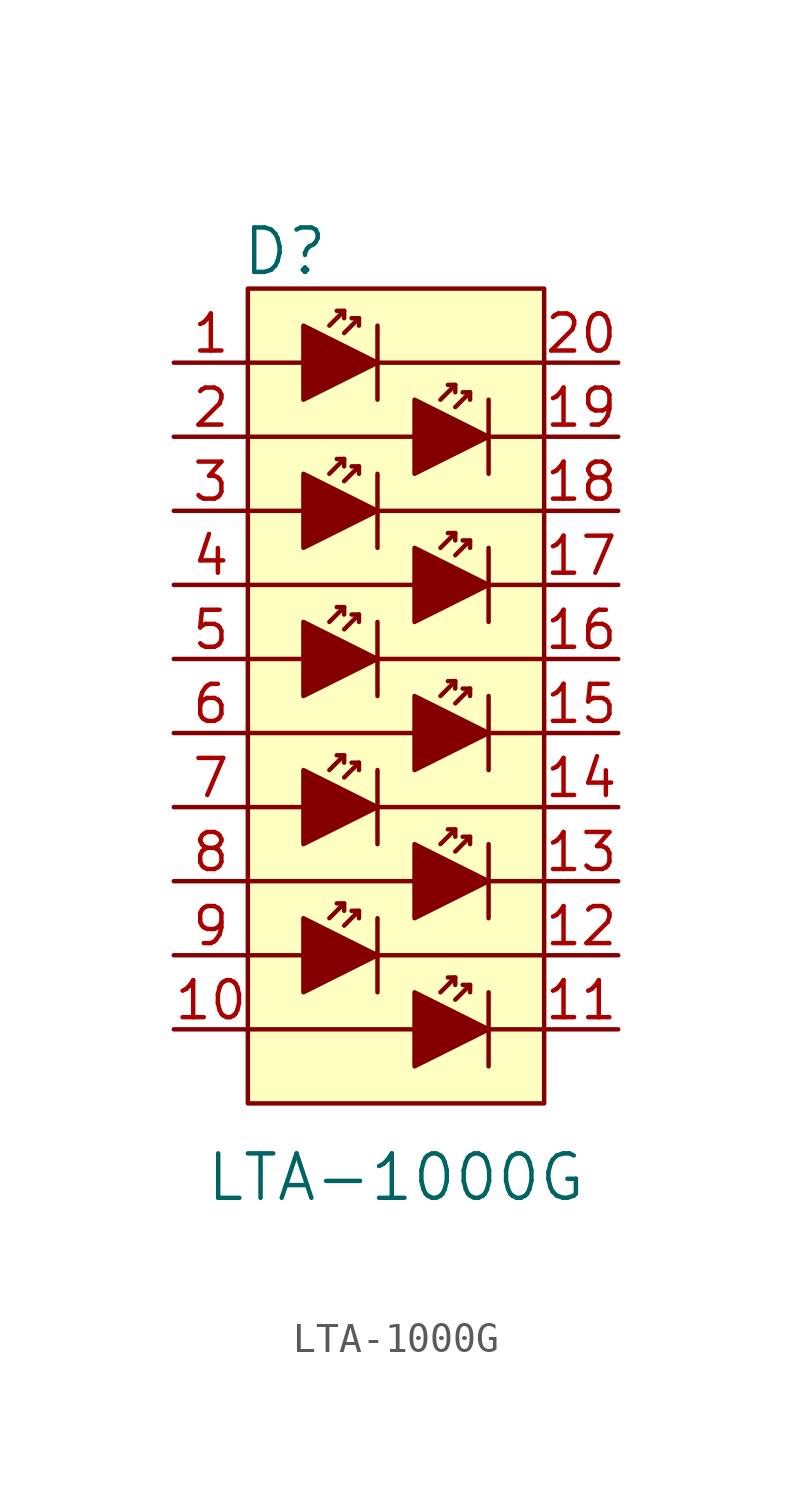
<source format=kicad_sym>
(kicad_symbol_lib
  (version 20211014)
  (generator kicad_symbol_editor)
  (symbol "LTA-1000G"
    (pin_names
      (offset 0))
    (property "Reference" "D"
      (at -3.81 3.81 0)
      (effects (font (size 1.524 1.524))))
    (property "Value" "LTA-1000G"
      (at 0 -27.94 0)
      (effects (font (size 1.524 1.524))))
    (symbol "LTA-1000G_0_1"
      (rectangle (start -5.08 2.54) (end 5.08 -25.4) (stroke (width 0) (type default) (color 0 0 0 0)) (fill (type background)))
      (polyline (pts (xy -5.08 -20.32) (xy -3.175 -20.32)) (stroke (width 0) (type default) (color 0 0 0 0)) (fill (type none)))
      (polyline (pts (xy -5.08 -15.24) (xy -3.175 -15.24)) (stroke (width 0) (type default) (color 0 0 0 0)) (fill (type none)))
      (polyline (pts (xy -5.08 -10.16) (xy -3.175 -10.16)) (stroke (width 0) (type default) (color 0 0 0 0)) (fill (type none)))
      (polyline (pts (xy -5.08 -5.08) (xy -3.175 -5.08)) (stroke (width 0) (type default) (color 0 0 0 0)) (fill (type none)))
      (polyline (pts (xy -3.175 0) (xy -5.08 0)) (stroke (width 0) (type default) (color 0 0 0 0)) (fill (type none)))
      (polyline (pts (xy -1.778 -18.542) (xy -2.286 -19.05)) (stroke (width 0) (type default) (color 0 0 0 0)) (fill (type none)))
      (polyline (pts (xy -1.778 -13.462) (xy -2.286 -13.97)) (stroke (width 0) (type default) (color 0 0 0 0)) (fill (type none)))
      (polyline (pts (xy -1.778 -8.382) (xy -2.286 -8.89)) (stroke (width 0) (type default) (color 0 0 0 0)) (fill (type none)))
      (polyline (pts (xy -1.778 -3.302) (xy -2.286 -3.81)) (stroke (width 0) (type default) (color 0 0 0 0)) (fill (type none)))
      (polyline (pts (xy -1.778 1.778) (xy -2.286 1.27)) (stroke (width 0) (type default) (color 0 0 0 0)) (fill (type none)))
      (polyline (pts (xy -1.27 -18.796) (xy -1.778 -19.304)) (stroke (width 0) (type default) (color 0 0 0 0)) (fill (type none)))
      (polyline (pts (xy -1.27 -13.716) (xy -1.778 -14.224)) (stroke (width 0) (type default) (color 0 0 0 0)) (fill (type none)))
      (polyline (pts (xy -1.27 -8.636) (xy -1.778 -9.144)) (stroke (width 0) (type default) (color 0 0 0 0)) (fill (type none)))
      (polyline (pts (xy -1.27 -3.556) (xy -1.778 -4.064)) (stroke (width 0) (type default) (color 0 0 0 0)) (fill (type none)))
      (polyline (pts (xy -1.27 1.524) (xy -1.778 1.016)) (stroke (width 0) (type default) (color 0 0 0 0)) (fill (type none)))
      (polyline (pts (xy -0.635 -21.59) (xy -0.635 -19.05)) (stroke (width 0) (type default) (color 0 0 0 0)) (fill (type none)))
      (polyline (pts (xy -0.635 -20.32) (xy 5.08 -20.32)) (stroke (width 0) (type default) (color 0 0 0 0)) (fill (type none)))
      (polyline (pts (xy -0.635 -16.51) (xy -0.635 -13.97)) (stroke (width 0) (type default) (color 0 0 0 0)) (fill (type none)))
      (polyline (pts (xy -0.635 -15.24) (xy 5.08 -15.24)) (stroke (width 0) (type default) (color 0 0 0 0)) (fill (type none)))
      (polyline (pts (xy -0.635 -10.16) (xy 5.08 -10.16)) (stroke (width 0) (type default) (color 0 0 0 0)) (fill (type none)))
      (polyline (pts (xy -0.635 -8.89) (xy -0.635 -11.43)) (stroke (width 0) (type default) (color 0 0 0 0)) (fill (type none)))
      (polyline (pts (xy -0.635 -5.08) (xy 5.08 -5.08)) (stroke (width 0) (type default) (color 0 0 0 0)) (fill (type none)))
      (polyline (pts (xy -0.635 -3.81) (xy -0.635 -6.35)) (stroke (width 0) (type default) (color 0 0 0 0)) (fill (type none)))
      (polyline (pts (xy -0.635 0) (xy 5.08 0)) (stroke (width 0) (type default) (color 0 0 0 0)) (fill (type none)))
      (polyline (pts (xy -0.635 1.27) (xy -0.635 -1.27)) (stroke (width 0) (type default) (color 0 0 0 0)) (fill (type none)))
      (polyline (pts (xy 0.635 -22.86) (xy -5.08 -22.86)) (stroke (width 0) (type default) (color 0 0 0 0)) (fill (type none)))
      (polyline (pts (xy 0.635 -17.78) (xy -5.08 -17.78)) (stroke (width 0) (type default) (color 0 0 0 0)) (fill (type none)))
      (polyline (pts (xy 0.635 -12.7) (xy -5.08 -12.7)) (stroke (width 0) (type default) (color 0 0 0 0)) (fill (type none)))
      (polyline (pts (xy 0.635 -7.62) (xy -5.08 -7.62)) (stroke (width 0) (type default) (color 0 0 0 0)) (fill (type none)))
      (polyline (pts (xy 0.635 -2.54) (xy -5.08 -2.54)) (stroke (width 0) (type default) (color 0 0 0 0)) (fill (type none)))
      (polyline (pts (xy 2.032 -21.082) (xy 1.524 -21.59)) (stroke (width 0) (type default) (color 0 0 0 0)) (fill (type none)))
      (polyline (pts (xy 2.032 -16.002) (xy 1.524 -16.51)) (stroke (width 0) (type default) (color 0 0 0 0)) (fill (type none)))
      (polyline (pts (xy 2.032 -10.922) (xy 1.524 -11.43)) (stroke (width 0) (type default) (color 0 0 0 0)) (fill (type none)))
      (polyline (pts (xy 2.032 -5.842) (xy 1.524 -6.35)) (stroke (width 0) (type default) (color 0 0 0 0)) (fill (type none)))
      (polyline (pts (xy 2.032 -0.762) (xy 1.524 -1.27)) (stroke (width 0) (type default) (color 0 0 0 0)) (fill (type none)))
      (polyline (pts (xy 2.54 -21.336) (xy 2.032 -21.844)) (stroke (width 0) (type default) (color 0 0 0 0)) (fill (type none)))
      (polyline (pts (xy 2.54 -16.256) (xy 2.032 -16.764)) (stroke (width 0) (type default) (color 0 0 0 0)) (fill (type none)))
      (polyline (pts (xy 2.54 -11.176) (xy 2.032 -11.684)) (stroke (width 0) (type default) (color 0 0 0 0)) (fill (type none)))
      (polyline (pts (xy 2.54 -6.096) (xy 2.032 -6.604)) (stroke (width 0) (type default) (color 0 0 0 0)) (fill (type none)))
      (polyline (pts (xy 2.54 -1.016) (xy 2.032 -1.524)) (stroke (width 0) (type default) (color 0 0 0 0)) (fill (type none)))
      (polyline (pts (xy 3.175 -22.86) (xy 5.08 -22.86)) (stroke (width 0) (type default) (color 0 0 0 0)) (fill (type none)))
      (polyline (pts (xy 3.175 -21.59) (xy 3.175 -24.13)) (stroke (width 0) (type default) (color 0 0 0 0)) (fill (type none)))
      (polyline (pts (xy 3.175 -17.78) (xy 5.08 -17.78)) (stroke (width 0) (type default) (color 0 0 0 0)) (fill (type none)))
      (polyline (pts (xy 3.175 -16.51) (xy 3.175 -19.05)) (stroke (width 0) (type default) (color 0 0 0 0)) (fill (type none)))
      (polyline (pts (xy 3.175 -12.7) (xy 5.08 -12.7)) (stroke (width 0) (type default) (color 0 0 0 0)) (fill (type none)))
      (polyline (pts (xy 3.175 -11.43) (xy 3.175 -13.97)) (stroke (width 0) (type default) (color 0 0 0 0)) (fill (type none)))
      (polyline (pts (xy 3.175 -7.62) (xy 5.08 -7.62)) (stroke (width 0) (type default) (color 0 0 0 0)) (fill (type none)))
      (polyline (pts (xy 3.175 -6.35) (xy 3.175 -8.89)) (stroke (width 0) (type default) (color 0 0 0 0)) (fill (type none)))
      (polyline (pts (xy 3.175 -2.54) (xy 5.08 -2.54)) (stroke (width 0) (type default) (color 0 0 0 0)) (fill (type none)))
      (polyline (pts (xy 3.175 -1.27) (xy 3.175 -3.81)) (stroke (width 0) (type default) (color 0 0 0 0)) (fill (type none)))
      (polyline (pts (xy -2.032 -18.542) (xy -1.778 -18.542) (xy -1.778 -18.796)) (stroke (width 0) (type default) (color 0 0 0 0)) (fill (type none)))
      (polyline (pts (xy -2.032 -13.462) (xy -1.778 -13.462) (xy -1.778 -13.716)) (stroke (width 0) (type default) (color 0 0 0 0)) (fill (type none)))
      (polyline (pts (xy -2.032 -8.382) (xy -1.778 -8.382) (xy -1.778 -8.636)) (stroke (width 0) (type default) (color 0 0 0 0)) (fill (type none)))
      (polyline (pts (xy -2.032 -3.302) (xy -1.778 -3.302) (xy -1.778 -3.556)) (stroke (width 0) (type default) (color 0 0 0 0)) (fill (type none)))
      (polyline (pts (xy -2.032 1.778) (xy -1.778 1.778) (xy -1.778 1.524)) (stroke (width 0) (type default) (color 0 0 0 0)) (fill (type none)))
      (polyline (pts (xy -1.524 -18.796) (xy -1.27 -18.796) (xy -1.27 -19.05)) (stroke (width 0) (type default) (color 0 0 0 0)) (fill (type none)))
      (polyline (pts (xy -1.524 -13.716) (xy -1.27 -13.716) (xy -1.27 -13.97)) (stroke (width 0) (type default) (color 0 0 0 0)) (fill (type none)))
      (polyline (pts (xy -1.524 -8.636) (xy -1.27 -8.636) (xy -1.27 -8.89)) (stroke (width 0) (type default) (color 0 0 0 0)) (fill (type none)))
      (polyline (pts (xy -1.524 -3.556) (xy -1.27 -3.556) (xy -1.27 -3.81)) (stroke (width 0) (type default) (color 0 0 0 0)) (fill (type none)))
      (polyline (pts (xy -1.524 1.524) (xy -1.27 1.524) (xy -1.27 1.27)) (stroke (width 0) (type default) (color 0 0 0 0)) (fill (type none)))
      (polyline (pts (xy 1.778 -21.082) (xy 2.032 -21.082) (xy 2.032 -21.336)) (stroke (width 0) (type default) (color 0 0 0 0)) (fill (type none)))
      (polyline (pts (xy 1.778 -16.002) (xy 2.032 -16.002) (xy 2.032 -16.256)) (stroke (width 0) (type default) (color 0 0 0 0)) (fill (type none)))
      (polyline (pts (xy 1.778 -10.922) (xy 2.032 -10.922) (xy 2.032 -11.176)) (stroke (width 0) (type default) (color 0 0 0 0)) (fill (type none)))
      (polyline (pts (xy 1.778 -5.842) (xy 2.032 -5.842) (xy 2.032 -6.096)) (stroke (width 0) (type default) (color 0 0 0 0)) (fill (type none)))
      (polyline (pts (xy 1.778 -0.762) (xy 2.032 -0.762) (xy 2.032 -1.016)) (stroke (width 0) (type default) (color 0 0 0 0)) (fill (type none)))
      (polyline (pts (xy 2.286 -21.336) (xy 2.54 -21.336) (xy 2.54 -21.59)) (stroke (width 0) (type default) (color 0 0 0 0)) (fill (type none)))
      (polyline (pts (xy 2.286 -16.256) (xy 2.54 -16.256) (xy 2.54 -16.51)) (stroke (width 0) (type default) (color 0 0 0 0)) (fill (type none)))
      (polyline (pts (xy 2.286 -11.176) (xy 2.54 -11.176) (xy 2.54 -11.43)) (stroke (width 0) (type default) (color 0 0 0 0)) (fill (type none)))
      (polyline (pts (xy 2.286 -6.096) (xy 2.54 -6.096) (xy 2.54 -6.35)) (stroke (width 0) (type default) (color 0 0 0 0)) (fill (type none)))
      (polyline (pts (xy 2.286 -1.016) (xy 2.54 -1.016) (xy 2.54 -1.27)) (stroke (width 0) (type default) (color 0 0 0 0)) (fill (type none)))
      (polyline (pts (xy -3.175 -19.05) (xy -3.175 -21.59) (xy -0.635 -20.32) (xy -3.175 -19.05)) (stroke (width 0) (type default) (color 0 0 0 0)) (fill (type outline)))
      (polyline (pts (xy -3.175 -13.97) (xy -3.175 -16.51) (xy -0.635 -15.24) (xy -3.175 -13.97)) (stroke (width 0) (type default) (color 0 0 0 0)) (fill (type outline)))
      (polyline (pts (xy -3.175 -8.89) (xy -3.175 -11.43) (xy -0.635 -10.16) (xy -3.175 -8.89)) (stroke (width 0) (type default) (color 0 0 0 0)) (fill (type outline)))
      (polyline (pts (xy -3.175 -3.81) (xy -3.175 -6.35) (xy -0.635 -5.08) (xy -3.175 -3.81)) (stroke (width 0) (type default) (color 0 0 0 0)) (fill (type outline)))
      (polyline (pts (xy -3.175 1.27) (xy -3.175 -1.27) (xy -0.635 0) (xy -3.175 1.27)) (stroke (width 0) (type default) (color 0 0 0 0)) (fill (type outline)))
      (polyline (pts (xy 0.635 -21.59) (xy 0.635 -24.13) (xy 3.175 -22.86) (xy 0.635 -21.59)) (stroke (width 0) (type default) (color 0 0 0 0)) (fill (type outline)))
      (polyline (pts (xy 0.635 -16.51) (xy 0.635 -19.05) (xy 3.175 -17.78) (xy 0.635 -16.51)) (stroke (width 0) (type default) (color 0 0 0 0)) (fill (type outline)))
      (polyline (pts (xy 0.635 -11.43) (xy 0.635 -13.97) (xy 3.175 -12.7) (xy 0.635 -11.43)) (stroke (width 0) (type default) (color 0 0 0 0)) (fill (type outline)))
      (polyline (pts (xy 0.635 -6.35) (xy 0.635 -8.89) (xy 3.175 -7.62) (xy 0.635 -6.35)) (stroke (width 0) (type default) (color 0 0 0 0)) (fill (type outline)))
      (polyline (pts (xy 0.635 -1.27) (xy 0.635 -3.81) (xy 3.175 -2.54) (xy 0.635 -1.27)) (stroke (width 0) (type default) (color 0 0 0 0)) (fill (type outline))))
    (symbol "LTA-1000G_1_1"
      (pin input line (at -7.62 0 0) (length 2.54) (name "~" (effects (font (size 1.27 1.27)))) (number "1" (effects (font (size 1.27 1.27)))))
      (pin input line (at -7.62 -22.86 0) (length 2.54) (name "~" (effects (font (size 1.27 1.27)))) (number "10" (effects (font (size 1.27 1.27)))))
      (pin output line (at 7.62 -22.86 180) (length 2.54) (name "~" (effects (font (size 1.27 1.27)))) (number "11" (effects (font (size 1.27 1.27)))))
      (pin output line (at 7.62 -20.32 180) (length 2.54) (name "~" (effects (font (size 1.27 1.27)))) (number "12" (effects (font (size 1.27 1.27)))))
      (pin output line (at 7.62 -17.78 180) (length 2.54) (name "~" (effects (font (size 1.27 1.27)))) (number "13" (effects (font (size 1.27 1.27)))))
      (pin output line (at 7.62 -15.24 180) (length 2.54) (name "~" (effects (font (size 1.27 1.27)))) (number "14" (effects (font (size 1.27 1.27)))))
      (pin output line (at 7.62 -12.7 180) (length 2.54) (name "~" (effects (font (size 1.27 1.27)))) (number "15" (effects (font (size 1.27 1.27)))))
      (pin output line (at 7.62 -10.16 180) (length 2.54) (name "~" (effects (font (size 1.27 1.27)))) (number "16" (effects (font (size 1.27 1.27)))))
      (pin output line (at 7.62 -7.62 180) (length 2.54) (name "~" (effects (font (size 1.27 1.27)))) (number "17" (effects (font (size 1.27 1.27)))))
      (pin output line (at 7.62 -5.08 180) (length 2.54) (name "~" (effects (font (size 1.27 1.27)))) (number "18" (effects (font (size 1.27 1.27)))))
      (pin output line (at 7.62 -2.54 180) (length 2.54) (name "~" (effects (font (size 1.27 1.27)))) (number "19" (effects (font (size 1.27 1.27)))))
      (pin input line (at -7.62 -2.54 0) (length 2.54) (name "~" (effects (font (size 1.27 1.27)))) (number "2" (effects (font (size 1.27 1.27)))))
      (pin output line (at 7.62 0 180) (length 2.54) (name "~" (effects (font (size 1.27 1.27)))) (number "20" (effects (font (size 1.27 1.27)))))
      (pin input line (at -7.62 -5.08 0) (length 2.54) (name "~" (effects (font (size 1.27 1.27)))) (number "3" (effects (font (size 1.27 1.27)))))
      (pin input line (at -7.62 -7.62 0) (length 2.54) (name "~" (effects (font (size 1.27 1.27)))) (number "4" (effects (font (size 1.27 1.27)))))
      (pin input line (at -7.62 -10.16 0) (length 2.54) (name "~" (effects (font (size 1.27 1.27)))) (number "5" (effects (font (size 1.27 1.27)))))
      (pin input line (at -7.62 -12.7 0) (length 2.54) (name "~" (effects (font (size 1.27 1.27)))) (number "6" (effects (font (size 1.27 1.27)))))
      (pin input line (at -7.62 -15.24 0) (length 2.54) (name "~" (effects (font (size 1.27 1.27)))) (number "7" (effects (font (size 1.27 1.27)))))
      (pin input line (at -7.62 -17.78 0) (length 2.54) (name "~" (effects (font (size 1.27 1.27)))) (number "8" (effects (font (size 1.27 1.27)))))
      (pin input line (at -7.62 -20.32 0) (length 2.54) (name "~" (effects (font (size 1.27 1.27)))) (number "9" (effects (font (size 1.27 1.27))))))))
</source>
